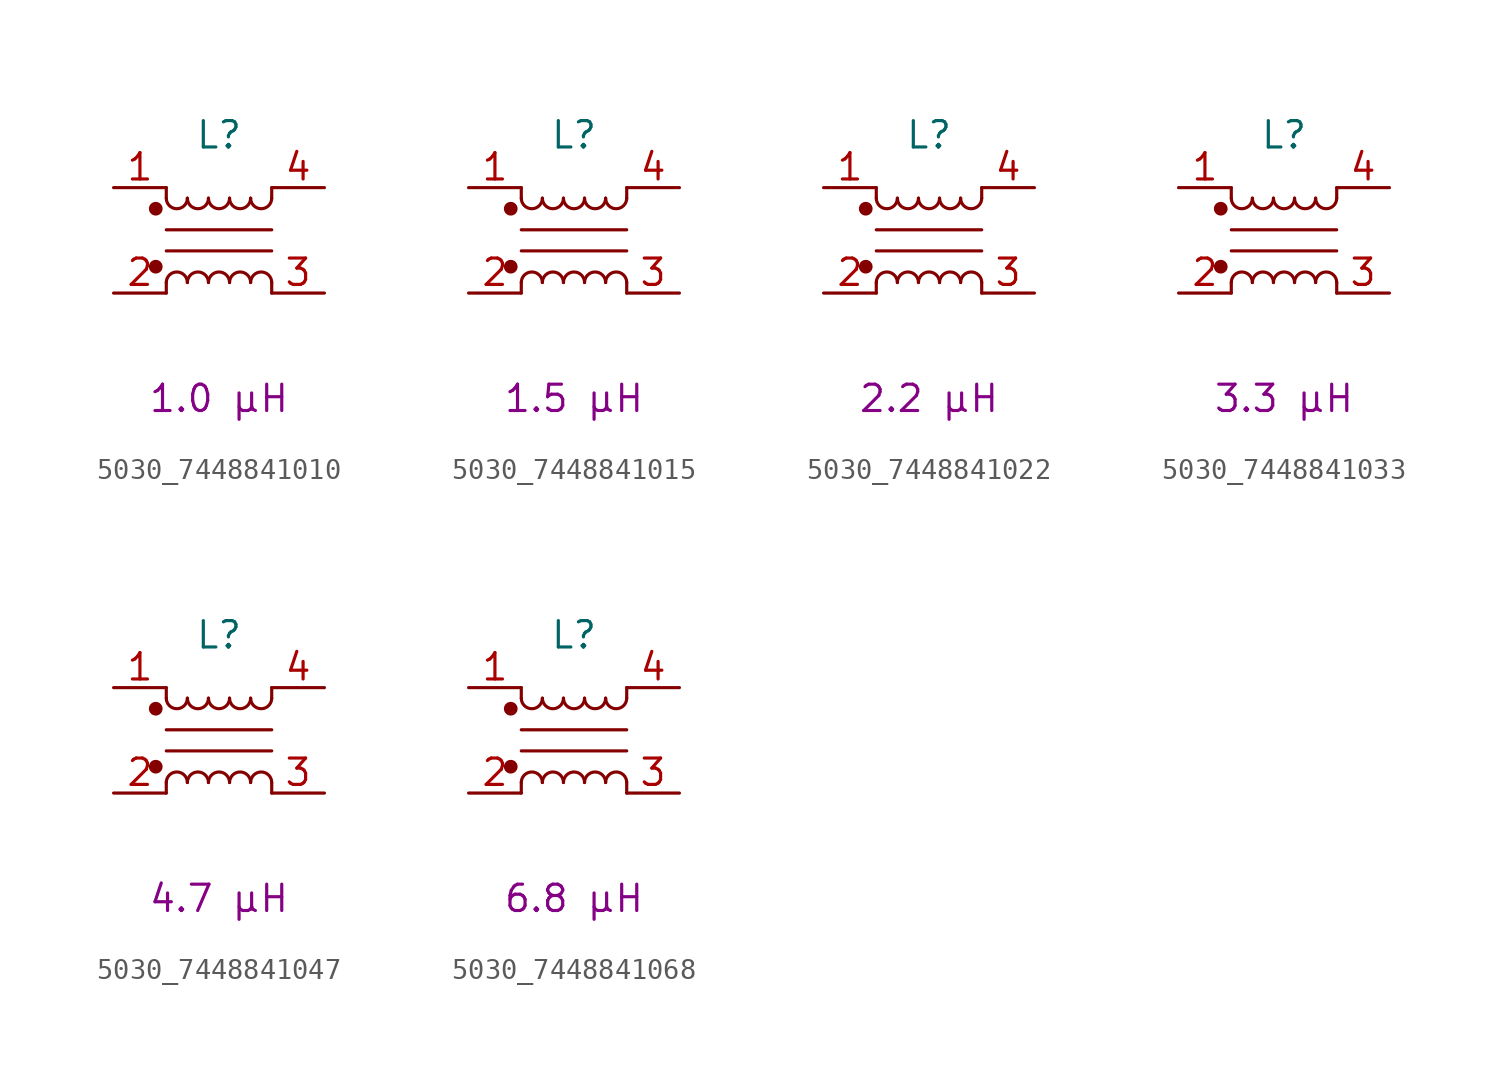
<source format=kicad_sym>
(kicad_symbol_lib
  (version 20220914)
  (generator kicad_symbol_editor)
  (symbol "5030_7448841010"
    (pin_names hide)
    (property "Reference" "L"
      (at 0 5.08 0)
      (effects (font (size 1.27 1.27))))
    (property "Critical Parameter" "1.0 µH"
      (at 0 -7.62 0)
      (effects (font (size 1.27 1.27))))
    (symbol "5030_7448841010_0_1"
      (circle (center -3.048 -1.27) (radius 0.254) (stroke (width 0) (type default)) (fill (type outline)))
      (circle (center -3.048 1.524) (radius 0.254) (stroke (width 0) (type default)) (fill (type outline)))
      (arc (start -2.54 2.032) (mid -2.032 1.5262) (end -1.524 2.032) (stroke (width 0) (type default)) (fill (type none)))
      (arc (start -1.524 -2.032) (mid -2.032 -1.5262) (end -2.54 -2.032) (stroke (width 0) (type default)) (fill (type none)))
      (arc (start -1.524 2.032) (mid -1.016 1.5262) (end -0.508 2.032) (stroke (width 0) (type default)) (fill (type none)))
      (arc (start -0.508 -2.032) (mid -1.016 -1.5262) (end -1.524 -2.032) (stroke (width 0) (type default)) (fill (type none)))
      (arc (start -0.508 2.032) (mid 0 1.5262) (end 0.508 2.032) (stroke (width 0) (type default)) (fill (type none)))
      (polyline (pts (xy -2.54 -2.032) (xy -2.54 -2.54)) (stroke (width 0) (type default)) (fill (type none)))
      (polyline (pts (xy -2.54 0.508) (xy 2.54 0.508)) (stroke (width 0) (type default)) (fill (type none)))
      (polyline (pts (xy -2.54 2.032) (xy -2.54 2.54)) (stroke (width 0) (type default)) (fill (type none)))
      (polyline (pts (xy 2.54 -2.032) (xy 2.54 -2.54)) (stroke (width 0) (type default)) (fill (type none)))
      (polyline (pts (xy 2.54 -0.508) (xy -2.54 -0.508)) (stroke (width 0) (type default)) (fill (type none)))
      (polyline (pts (xy 2.54 2.54) (xy 2.54 2.032)) (stroke (width 0) (type default)) (fill (type none)))
      (arc (start 0.508 -2.032) (mid 0 -1.5262) (end -0.508 -2.032) (stroke (width 0) (type default)) (fill (type none)))
      (arc (start 0.508 2.032) (mid 1.016 1.5262) (end 1.524 2.032) (stroke (width 0) (type default)) (fill (type none)))
      (arc (start 1.524 -2.032) (mid 1.016 -1.5262) (end 0.508 -2.032) (stroke (width 0) (type default)) (fill (type none)))
      (arc (start 1.524 2.032) (mid 2.032 1.5262) (end 2.54 2.032) (stroke (width 0) (type default)) (fill (type none)))
      (arc (start 2.54 -2.032) (mid 2.032 -1.5262) (end 1.524 -2.032) (stroke (width 0) (type default)) (fill (type none))))
    (symbol "5030_7448841010_1_1"
      (pin passive line (at -5.08 2.54 0) (length 2.54) (name "1" (effects (font (size 1.27 1.27)))) (number "1" (effects (font (size 1.27 1.27)))))
      (pin passive line (at -5.08 -2.54 0) (length 2.54) (name "2" (effects (font (size 1.27 1.27)))) (number "2" (effects (font (size 1.27 1.27)))))
      (pin passive line (at 5.08 -2.54 180) (length 2.54) (name "3" (effects (font (size 1.27 1.27)))) (number "3" (effects (font (size 1.27 1.27)))))
      (pin passive line (at 5.08 2.54 180) (length 2.54) (name "4" (effects (font (size 1.27 1.27)))) (number "4" (effects (font (size 1.27 1.27)))))))
  (symbol "5030_7448841015"
    (pin_names hide)
    (property "Reference" "L"
      (at 0 5.08 0)
      (effects (font (size 1.27 1.27))))
    (property "Critical Parameter" "1.5 µH"
      (at 0 -7.62 0)
      (effects (font (size 1.27 1.27))))
    (symbol "5030_7448841015_0_1"
      (circle (center -3.048 -1.27) (radius 0.254) (stroke (width 0) (type default)) (fill (type outline)))
      (circle (center -3.048 1.524) (radius 0.254) (stroke (width 0) (type default)) (fill (type outline)))
      (arc (start -2.54 2.032) (mid -2.032 1.5262) (end -1.524 2.032) (stroke (width 0) (type default)) (fill (type none)))
      (arc (start -1.524 -2.032) (mid -2.032 -1.5262) (end -2.54 -2.032) (stroke (width 0) (type default)) (fill (type none)))
      (arc (start -1.524 2.032) (mid -1.016 1.5262) (end -0.508 2.032) (stroke (width 0) (type default)) (fill (type none)))
      (arc (start -0.508 -2.032) (mid -1.016 -1.5262) (end -1.524 -2.032) (stroke (width 0) (type default)) (fill (type none)))
      (arc (start -0.508 2.032) (mid 0 1.5262) (end 0.508 2.032) (stroke (width 0) (type default)) (fill (type none)))
      (polyline (pts (xy -2.54 -2.032) (xy -2.54 -2.54)) (stroke (width 0) (type default)) (fill (type none)))
      (polyline (pts (xy -2.54 0.508) (xy 2.54 0.508)) (stroke (width 0) (type default)) (fill (type none)))
      (polyline (pts (xy -2.54 2.032) (xy -2.54 2.54)) (stroke (width 0) (type default)) (fill (type none)))
      (polyline (pts (xy 2.54 -2.032) (xy 2.54 -2.54)) (stroke (width 0) (type default)) (fill (type none)))
      (polyline (pts (xy 2.54 -0.508) (xy -2.54 -0.508)) (stroke (width 0) (type default)) (fill (type none)))
      (polyline (pts (xy 2.54 2.54) (xy 2.54 2.032)) (stroke (width 0) (type default)) (fill (type none)))
      (arc (start 0.508 -2.032) (mid 0 -1.5262) (end -0.508 -2.032) (stroke (width 0) (type default)) (fill (type none)))
      (arc (start 0.508 2.032) (mid 1.016 1.5262) (end 1.524 2.032) (stroke (width 0) (type default)) (fill (type none)))
      (arc (start 1.524 -2.032) (mid 1.016 -1.5262) (end 0.508 -2.032) (stroke (width 0) (type default)) (fill (type none)))
      (arc (start 1.524 2.032) (mid 2.032 1.5262) (end 2.54 2.032) (stroke (width 0) (type default)) (fill (type none)))
      (arc (start 2.54 -2.032) (mid 2.032 -1.5262) (end 1.524 -2.032) (stroke (width 0) (type default)) (fill (type none))))
    (symbol "5030_7448841015_1_1"
      (pin passive line (at -5.08 2.54 0) (length 2.54) (name "1" (effects (font (size 1.27 1.27)))) (number "1" (effects (font (size 1.27 1.27)))))
      (pin passive line (at -5.08 -2.54 0) (length 2.54) (name "2" (effects (font (size 1.27 1.27)))) (number "2" (effects (font (size 1.27 1.27)))))
      (pin passive line (at 5.08 -2.54 180) (length 2.54) (name "3" (effects (font (size 1.27 1.27)))) (number "3" (effects (font (size 1.27 1.27)))))
      (pin passive line (at 5.08 2.54 180) (length 2.54) (name "4" (effects (font (size 1.27 1.27)))) (number "4" (effects (font (size 1.27 1.27)))))))
  (symbol "5030_7448841022"
    (pin_names hide)
    (property "Reference" "L"
      (at 0 5.08 0)
      (effects (font (size 1.27 1.27))))
    (property "Critical Parameter" "2.2 µH"
      (at 0 -7.62 0)
      (effects (font (size 1.27 1.27))))
    (symbol "5030_7448841022_0_1"
      (circle (center -3.048 -1.27) (radius 0.254) (stroke (width 0) (type default)) (fill (type outline)))
      (circle (center -3.048 1.524) (radius 0.254) (stroke (width 0) (type default)) (fill (type outline)))
      (arc (start -2.54 2.032) (mid -2.032 1.5262) (end -1.524 2.032) (stroke (width 0) (type default)) (fill (type none)))
      (arc (start -1.524 -2.032) (mid -2.032 -1.5262) (end -2.54 -2.032) (stroke (width 0) (type default)) (fill (type none)))
      (arc (start -1.524 2.032) (mid -1.016 1.5262) (end -0.508 2.032) (stroke (width 0) (type default)) (fill (type none)))
      (arc (start -0.508 -2.032) (mid -1.016 -1.5262) (end -1.524 -2.032) (stroke (width 0) (type default)) (fill (type none)))
      (arc (start -0.508 2.032) (mid 0 1.5262) (end 0.508 2.032) (stroke (width 0) (type default)) (fill (type none)))
      (polyline (pts (xy -2.54 -2.032) (xy -2.54 -2.54)) (stroke (width 0) (type default)) (fill (type none)))
      (polyline (pts (xy -2.54 0.508) (xy 2.54 0.508)) (stroke (width 0) (type default)) (fill (type none)))
      (polyline (pts (xy -2.54 2.032) (xy -2.54 2.54)) (stroke (width 0) (type default)) (fill (type none)))
      (polyline (pts (xy 2.54 -2.032) (xy 2.54 -2.54)) (stroke (width 0) (type default)) (fill (type none)))
      (polyline (pts (xy 2.54 -0.508) (xy -2.54 -0.508)) (stroke (width 0) (type default)) (fill (type none)))
      (polyline (pts (xy 2.54 2.54) (xy 2.54 2.032)) (stroke (width 0) (type default)) (fill (type none)))
      (arc (start 0.508 -2.032) (mid 0 -1.5262) (end -0.508 -2.032) (stroke (width 0) (type default)) (fill (type none)))
      (arc (start 0.508 2.032) (mid 1.016 1.5262) (end 1.524 2.032) (stroke (width 0) (type default)) (fill (type none)))
      (arc (start 1.524 -2.032) (mid 1.016 -1.5262) (end 0.508 -2.032) (stroke (width 0) (type default)) (fill (type none)))
      (arc (start 1.524 2.032) (mid 2.032 1.5262) (end 2.54 2.032) (stroke (width 0) (type default)) (fill (type none)))
      (arc (start 2.54 -2.032) (mid 2.032 -1.5262) (end 1.524 -2.032) (stroke (width 0) (type default)) (fill (type none))))
    (symbol "5030_7448841022_1_1"
      (pin passive line (at -5.08 2.54 0) (length 2.54) (name "1" (effects (font (size 1.27 1.27)))) (number "1" (effects (font (size 1.27 1.27)))))
      (pin passive line (at -5.08 -2.54 0) (length 2.54) (name "2" (effects (font (size 1.27 1.27)))) (number "2" (effects (font (size 1.27 1.27)))))
      (pin passive line (at 5.08 -2.54 180) (length 2.54) (name "3" (effects (font (size 1.27 1.27)))) (number "3" (effects (font (size 1.27 1.27)))))
      (pin passive line (at 5.08 2.54 180) (length 2.54) (name "4" (effects (font (size 1.27 1.27)))) (number "4" (effects (font (size 1.27 1.27)))))))
  (symbol "5030_7448841033"
    (pin_names hide)
    (property "Reference" "L"
      (at 0 5.08 0)
      (effects (font (size 1.27 1.27))))
    (property "Critical Parameter" "3.3 µH"
      (at 0 -7.62 0)
      (effects (font (size 1.27 1.27))))
    (symbol "5030_7448841033_0_1"
      (circle (center -3.048 -1.27) (radius 0.254) (stroke (width 0) (type default)) (fill (type outline)))
      (circle (center -3.048 1.524) (radius 0.254) (stroke (width 0) (type default)) (fill (type outline)))
      (arc (start -2.54 2.032) (mid -2.032 1.5262) (end -1.524 2.032) (stroke (width 0) (type default)) (fill (type none)))
      (arc (start -1.524 -2.032) (mid -2.032 -1.5262) (end -2.54 -2.032) (stroke (width 0) (type default)) (fill (type none)))
      (arc (start -1.524 2.032) (mid -1.016 1.5262) (end -0.508 2.032) (stroke (width 0) (type default)) (fill (type none)))
      (arc (start -0.508 -2.032) (mid -1.016 -1.5262) (end -1.524 -2.032) (stroke (width 0) (type default)) (fill (type none)))
      (arc (start -0.508 2.032) (mid 0 1.5262) (end 0.508 2.032) (stroke (width 0) (type default)) (fill (type none)))
      (polyline (pts (xy -2.54 -2.032) (xy -2.54 -2.54)) (stroke (width 0) (type default)) (fill (type none)))
      (polyline (pts (xy -2.54 0.508) (xy 2.54 0.508)) (stroke (width 0) (type default)) (fill (type none)))
      (polyline (pts (xy -2.54 2.032) (xy -2.54 2.54)) (stroke (width 0) (type default)) (fill (type none)))
      (polyline (pts (xy 2.54 -2.032) (xy 2.54 -2.54)) (stroke (width 0) (type default)) (fill (type none)))
      (polyline (pts (xy 2.54 -0.508) (xy -2.54 -0.508)) (stroke (width 0) (type default)) (fill (type none)))
      (polyline (pts (xy 2.54 2.54) (xy 2.54 2.032)) (stroke (width 0) (type default)) (fill (type none)))
      (arc (start 0.508 -2.032) (mid 0 -1.5262) (end -0.508 -2.032) (stroke (width 0) (type default)) (fill (type none)))
      (arc (start 0.508 2.032) (mid 1.016 1.5262) (end 1.524 2.032) (stroke (width 0) (type default)) (fill (type none)))
      (arc (start 1.524 -2.032) (mid 1.016 -1.5262) (end 0.508 -2.032) (stroke (width 0) (type default)) (fill (type none)))
      (arc (start 1.524 2.032) (mid 2.032 1.5262) (end 2.54 2.032) (stroke (width 0) (type default)) (fill (type none)))
      (arc (start 2.54 -2.032) (mid 2.032 -1.5262) (end 1.524 -2.032) (stroke (width 0) (type default)) (fill (type none))))
    (symbol "5030_7448841033_1_1"
      (pin passive line (at -5.08 2.54 0) (length 2.54) (name "1" (effects (font (size 1.27 1.27)))) (number "1" (effects (font (size 1.27 1.27)))))
      (pin passive line (at -5.08 -2.54 0) (length 2.54) (name "2" (effects (font (size 1.27 1.27)))) (number "2" (effects (font (size 1.27 1.27)))))
      (pin passive line (at 5.08 -2.54 180) (length 2.54) (name "3" (effects (font (size 1.27 1.27)))) (number "3" (effects (font (size 1.27 1.27)))))
      (pin passive line (at 5.08 2.54 180) (length 2.54) (name "4" (effects (font (size 1.27 1.27)))) (number "4" (effects (font (size 1.27 1.27)))))))
  (symbol "5030_7448841047"
    (pin_names hide)
    (property "Reference" "L"
      (at 0 5.08 0)
      (effects (font (size 1.27 1.27))))
    (property "Critical Parameter" "4.7 µH"
      (at 0 -7.62 0)
      (effects (font (size 1.27 1.27))))
    (symbol "5030_7448841047_0_1"
      (circle (center -3.048 -1.27) (radius 0.254) (stroke (width 0) (type default)) (fill (type outline)))
      (circle (center -3.048 1.524) (radius 0.254) (stroke (width 0) (type default)) (fill (type outline)))
      (arc (start -2.54 2.032) (mid -2.032 1.5262) (end -1.524 2.032) (stroke (width 0) (type default)) (fill (type none)))
      (arc (start -1.524 -2.032) (mid -2.032 -1.5262) (end -2.54 -2.032) (stroke (width 0) (type default)) (fill (type none)))
      (arc (start -1.524 2.032) (mid -1.016 1.5262) (end -0.508 2.032) (stroke (width 0) (type default)) (fill (type none)))
      (arc (start -0.508 -2.032) (mid -1.016 -1.5262) (end -1.524 -2.032) (stroke (width 0) (type default)) (fill (type none)))
      (arc (start -0.508 2.032) (mid 0 1.5262) (end 0.508 2.032) (stroke (width 0) (type default)) (fill (type none)))
      (polyline (pts (xy -2.54 -2.032) (xy -2.54 -2.54)) (stroke (width 0) (type default)) (fill (type none)))
      (polyline (pts (xy -2.54 0.508) (xy 2.54 0.508)) (stroke (width 0) (type default)) (fill (type none)))
      (polyline (pts (xy -2.54 2.032) (xy -2.54 2.54)) (stroke (width 0) (type default)) (fill (type none)))
      (polyline (pts (xy 2.54 -2.032) (xy 2.54 -2.54)) (stroke (width 0) (type default)) (fill (type none)))
      (polyline (pts (xy 2.54 -0.508) (xy -2.54 -0.508)) (stroke (width 0) (type default)) (fill (type none)))
      (polyline (pts (xy 2.54 2.54) (xy 2.54 2.032)) (stroke (width 0) (type default)) (fill (type none)))
      (arc (start 0.508 -2.032) (mid 0 -1.5262) (end -0.508 -2.032) (stroke (width 0) (type default)) (fill (type none)))
      (arc (start 0.508 2.032) (mid 1.016 1.5262) (end 1.524 2.032) (stroke (width 0) (type default)) (fill (type none)))
      (arc (start 1.524 -2.032) (mid 1.016 -1.5262) (end 0.508 -2.032) (stroke (width 0) (type default)) (fill (type none)))
      (arc (start 1.524 2.032) (mid 2.032 1.5262) (end 2.54 2.032) (stroke (width 0) (type default)) (fill (type none)))
      (arc (start 2.54 -2.032) (mid 2.032 -1.5262) (end 1.524 -2.032) (stroke (width 0) (type default)) (fill (type none))))
    (symbol "5030_7448841047_1_1"
      (pin passive line (at -5.08 2.54 0) (length 2.54) (name "1" (effects (font (size 1.27 1.27)))) (number "1" (effects (font (size 1.27 1.27)))))
      (pin passive line (at -5.08 -2.54 0) (length 2.54) (name "2" (effects (font (size 1.27 1.27)))) (number "2" (effects (font (size 1.27 1.27)))))
      (pin passive line (at 5.08 -2.54 180) (length 2.54) (name "3" (effects (font (size 1.27 1.27)))) (number "3" (effects (font (size 1.27 1.27)))))
      (pin passive line (at 5.08 2.54 180) (length 2.54) (name "4" (effects (font (size 1.27 1.27)))) (number "4" (effects (font (size 1.27 1.27)))))))
  (symbol "5030_7448841068"
    (pin_names hide)
    (property "Reference" "L"
      (at 0 5.08 0)
      (effects (font (size 1.27 1.27))))
    (property "Critical Parameter" "6.8 µH"
      (at 0 -7.62 0)
      (effects (font (size 1.27 1.27))))
    (symbol "5030_7448841068_0_1"
      (circle (center -3.048 -1.27) (radius 0.254) (stroke (width 0) (type default)) (fill (type outline)))
      (circle (center -3.048 1.524) (radius 0.254) (stroke (width 0) (type default)) (fill (type outline)))
      (arc (start -2.54 2.032) (mid -2.032 1.5262) (end -1.524 2.032) (stroke (width 0) (type default)) (fill (type none)))
      (arc (start -1.524 -2.032) (mid -2.032 -1.5262) (end -2.54 -2.032) (stroke (width 0) (type default)) (fill (type none)))
      (arc (start -1.524 2.032) (mid -1.016 1.5262) (end -0.508 2.032) (stroke (width 0) (type default)) (fill (type none)))
      (arc (start -0.508 -2.032) (mid -1.016 -1.5262) (end -1.524 -2.032) (stroke (width 0) (type default)) (fill (type none)))
      (arc (start -0.508 2.032) (mid 0 1.5262) (end 0.508 2.032) (stroke (width 0) (type default)) (fill (type none)))
      (polyline (pts (xy -2.54 -2.032) (xy -2.54 -2.54)) (stroke (width 0) (type default)) (fill (type none)))
      (polyline (pts (xy -2.54 0.508) (xy 2.54 0.508)) (stroke (width 0) (type default)) (fill (type none)))
      (polyline (pts (xy -2.54 2.032) (xy -2.54 2.54)) (stroke (width 0) (type default)) (fill (type none)))
      (polyline (pts (xy 2.54 -2.032) (xy 2.54 -2.54)) (stroke (width 0) (type default)) (fill (type none)))
      (polyline (pts (xy 2.54 -0.508) (xy -2.54 -0.508)) (stroke (width 0) (type default)) (fill (type none)))
      (polyline (pts (xy 2.54 2.54) (xy 2.54 2.032)) (stroke (width 0) (type default)) (fill (type none)))
      (arc (start 0.508 -2.032) (mid 0 -1.5262) (end -0.508 -2.032) (stroke (width 0) (type default)) (fill (type none)))
      (arc (start 0.508 2.032) (mid 1.016 1.5262) (end 1.524 2.032) (stroke (width 0) (type default)) (fill (type none)))
      (arc (start 1.524 -2.032) (mid 1.016 -1.5262) (end 0.508 -2.032) (stroke (width 0) (type default)) (fill (type none)))
      (arc (start 1.524 2.032) (mid 2.032 1.5262) (end 2.54 2.032) (stroke (width 0) (type default)) (fill (type none)))
      (arc (start 2.54 -2.032) (mid 2.032 -1.5262) (end 1.524 -2.032) (stroke (width 0) (type default)) (fill (type none))))
    (symbol "5030_7448841068_1_1"
      (pin passive line (at -5.08 2.54 0) (length 2.54) (name "1" (effects (font (size 1.27 1.27)))) (number "1" (effects (font (size 1.27 1.27)))))
      (pin passive line (at -5.08 -2.54 0) (length 2.54) (name "2" (effects (font (size 1.27 1.27)))) (number "2" (effects (font (size 1.27 1.27)))))
      (pin passive line (at 5.08 -2.54 180) (length 2.54) (name "3" (effects (font (size 1.27 1.27)))) (number "3" (effects (font (size 1.27 1.27)))))
      (pin passive line (at 5.08 2.54 180) (length 2.54) (name "4" (effects (font (size 1.27 1.27)))) (number "4" (effects (font (size 1.27 1.27))))))))
</source>
